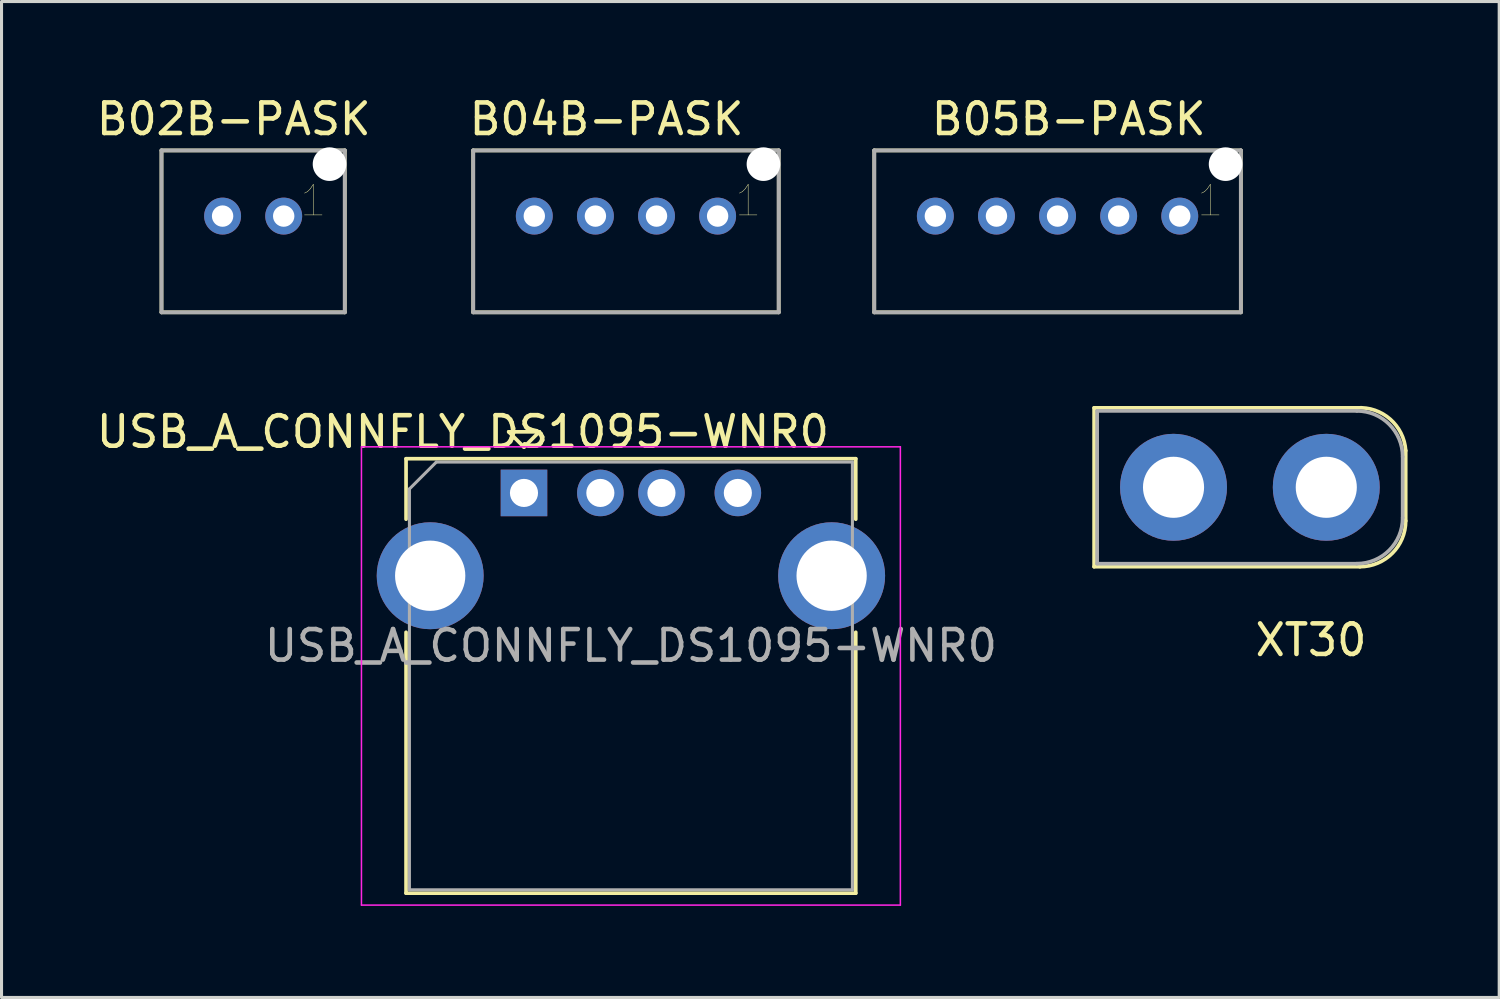
<source format=kicad_pcb>
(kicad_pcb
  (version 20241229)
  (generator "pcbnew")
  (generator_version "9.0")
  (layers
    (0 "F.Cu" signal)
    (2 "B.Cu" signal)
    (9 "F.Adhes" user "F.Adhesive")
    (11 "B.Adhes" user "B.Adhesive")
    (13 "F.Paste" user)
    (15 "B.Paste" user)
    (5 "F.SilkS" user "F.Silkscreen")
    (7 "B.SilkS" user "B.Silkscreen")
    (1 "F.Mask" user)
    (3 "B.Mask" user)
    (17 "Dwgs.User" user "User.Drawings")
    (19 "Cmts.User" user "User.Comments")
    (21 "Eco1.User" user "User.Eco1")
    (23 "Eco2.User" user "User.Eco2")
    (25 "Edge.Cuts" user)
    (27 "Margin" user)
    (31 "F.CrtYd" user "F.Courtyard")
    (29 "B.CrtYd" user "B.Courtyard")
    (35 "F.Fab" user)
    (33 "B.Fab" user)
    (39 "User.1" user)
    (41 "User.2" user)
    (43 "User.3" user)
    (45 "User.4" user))
  (footprint "B02B-PASK"
    (layer "F.Cu")
    (at 5.236 4.023)
    (property "Reference" "B02B-PASK" (at -0.635 -3.175 0) (layer "F.SilkS") (effects (font (size 1 1) (thickness 0.15))))
    (attr through_hole)
    (fp_line (start -3 -2.15) (end 3 -2.15) (stroke (width 0.12) (type solid)) (layer "F.SilkS"))
    (fp_line (start -3 3.15) (end -3 -2.15) (stroke (width 0.12) (type solid)) (layer "F.SilkS"))
    (fp_line (start 3 -2.15) (end 3 3.15) (stroke (width 0.12) (type solid)) (layer "F.SilkS"))
    (fp_line (start 3 3.15) (end -3 3.15) (stroke (width 0.12) (type solid)) (layer "F.SilkS"))
    (fp_line (start -3 3.15) (end -3 -2.15) (stroke (width 0.127) (type solid)) (layer "F.Fab"))
    (fp_line (start -3 3.15) (end 3 3.15) (stroke (width 0.127) (type solid)) (layer "F.Fab"))
    (fp_line (start 3 -2.15) (end -3 -2.15) (stroke (width 0.127) (type solid)) (layer "F.Fab"))
    (fp_line (start 3 -2.15) (end 3 3.15) (stroke (width 0.127) (type solid)) (layer "F.Fab"))
    (fp_text user "1" (at 1.968 -0.5 0) (layer "F.SilkS") (effects (font (size 1 1) (thickness 0.015))))
    (pad "" np_thru_hole circle (at 2.5 -1.7) (size 1.1 1.1) (drill 1.1) (layers "*.Cu" "*.Mask"))
    (pad "1" thru_hole circle (at 1 0) (size 1.208 1.208) (drill 0.7) (layers "*.Cu" "*.Mask" "B.Adhes"))
    (pad "2" thru_hole circle (at -1 0) (size 1.208 1.208) (drill 0.7) (layers "*.Cu" "*.Mask")))
  (footprint "XT30"
    (layer "F.Cu")
    (at 37.862 12.9)
    (property "Reference" "XT30" (at 2 5 0) (layer "F.SilkS") (effects (font (size 1 1) (thickness 0.15))))
    (attr through_hole)
    (fp_line (start -5.1 -2.6) (end -5.1 2.6) (stroke (width 0.12) (type solid)) (layer "F.SilkS"))
    (fp_line (start -5.1 2.6) (end 3.6 2.6) (stroke (width 0.12) (type solid)) (layer "F.SilkS"))
    (fp_line (start 3.5 -2.6) (end -5.1 -2.6) (stroke (width 0.12) (type solid)) (layer "F.SilkS"))
    (fp_line (start 5.1 1.1) (end 5.1 -1.2) (stroke (width 0.12) (type solid)) (layer "F.SilkS"))
    (fp_arc (start 3.5 -2.6) (mid 4.589949 -2.231371) (end 5.1 -1.2) (stroke (width 0.12) (type solid)) (layer "F.SilkS"))
    (fp_arc (start 5.1 1.1) (mid 4.66066 2.16066) (end 3.6 2.6) (stroke (width 0.12) (type solid)) (layer "F.SilkS"))
    (fp_line (start -5 -2.5) (end -5 2.5) (stroke (width 0.12) (type solid)) (layer "F.Fab"))
    (fp_line (start -5 -2.5) (end 3.5 -2.5) (stroke (width 0.12) (type solid)) (layer "F.Fab"))
    (fp_line (start -5 2.5) (end 3.5 2.5) (stroke (width 0.12) (type solid)) (layer "F.Fab"))
    (fp_line (start 5 -1) (end 5 1) (stroke (width 0.12) (type solid)) (layer "F.Fab"))
    (fp_arc (start 3.5 -2.5) (mid 4.56066 -2.06066) (end 5 -1) (stroke (width 0.12) (type solid)) (layer "F.Fab"))
    (fp_arc (start 5 1) (mid 4.56066 2.06066) (end 3.5 2.5) (stroke (width 0.12) (type solid)) (layer "F.Fab"))
    (pad "1" thru_hole circle (at -2.5 0 90) (size 3.5 3.5) (drill 2) (layers "*.Cu" "*.Mask"))
    (pad "2" thru_hole circle (at 2.5 0 90) (size 3.5 3.5) (drill 2) (layers "*.Cu" "*.Mask")))
  (footprint "USB_A_CONNFLY_DS1095-WNR0"
    (layer "F.Cu")
    (at 14.101 13.085)
    (property "Reference" "USB_A_CONNFLY_DS1095-WNR0" (at -2 -2 180) (layer "F.SilkS") (effects (font (size 1 1) (thickness 0.15))))
    (attr through_hole)
    (fp_line (start -3.86 -1.12) (end -3.86 0.86) (stroke (width 0.12) (type solid)) (layer "F.SilkS"))
    (fp_line (start -3.86 -1.12) (end 10.86 -1.12) (stroke (width 0.12) (type solid)) (layer "F.SilkS"))
    (fp_line (start -3.86 4.56) (end -3.86 13.1) (stroke (width 0.12) (type solid)) (layer "F.SilkS"))
    (fp_line (start -3.86 13.1) (end 10.86 13.1) (stroke (width 0.12) (type solid)) (layer "F.SilkS"))
    (fp_line (start -0.5 -2) (end 0 -1.5) (stroke (width 0.12) (type solid)) (layer "F.SilkS"))
    (fp_line (start 0 -1.5) (end 0.5 -2) (stroke (width 0.12) (type solid)) (layer "F.SilkS"))
    (fp_line (start 0.5 -2) (end -0.5 -2) (stroke (width 0.12) (type solid)) (layer "F.SilkS"))
    (fp_line (start 10.86 0.86) (end 10.86 -1.12) (stroke (width 0.12) (type solid)) (layer "F.SilkS"))
    (fp_line (start 10.86 4.56) (end 10.86 13.1) (stroke (width 0.12) (type solid)) (layer "F.SilkS"))
    (fp_line (start -5.32 -1.51) (end -5.32 13.49) (stroke (width 0.05) (type solid)) (layer "F.CrtYd"))
    (fp_line (start -5.32 -1.51) (end 12.32 -1.51) (stroke (width 0.05) (type solid)) (layer "F.CrtYd"))
    (fp_line (start 12.32 -1.51) (end 12.32 13.49) (stroke (width 0.05) (type solid)) (layer "F.CrtYd"))
    (fp_line (start 12.32 13.49) (end -5.32 13.49) (stroke (width 0.05) (type solid)) (layer "F.CrtYd"))
    (fp_line (start -3.75 -0.13) (end -3.75 12.99) (stroke (width 0.1) (type solid)) (layer "F.Fab"))
    (fp_line (start -3.75 12.99) (end 10.75 12.99) (stroke (width 0.1) (type solid)) (layer "F.Fab"))
    (fp_line (start -2.87 -1.01) (end -3.75 -0.13) (stroke (width 0.1) (type solid)) (layer "F.Fab"))
    (fp_line (start -2.87 -1.01) (end 10.75 -1.01) (stroke (width 0.1) (type solid)) (layer "F.Fab"))
    (fp_line (start 10.75 -1.01) (end 10.75 12.99) (stroke (width 0.1) (type solid)) (layer "F.Fab"))
    (fp_text user "${REFERENCE}" (at 3.5 5 180) (layer "F.Fab") (effects (font (size 1 1) (thickness 0.15))))
    (pad "1" thru_hole rect (at 0 0) (size 1.524 1.524) (drill 0.92) (layers "*.Cu" "*.Mask"))
    (pad "2" thru_hole circle (at 2.5 0) (size 1.524 1.524) (drill 0.92) (layers "*.Cu" "*.Mask"))
    (pad "3" thru_hole circle (at 4.5 0) (size 1.524 1.524) (drill 0.92) (layers "*.Cu" "*.Mask"))
    (pad "4" thru_hole circle (at 7 0) (size 1.524 1.524) (drill 0.92) (layers "*.Cu" "*.Mask"))
    (pad "5" thru_hole circle (at -3.07 2.71) (size 3.5 3.5) (drill 2.3) (layers "*.Cu" "*.Mask"))
    (pad "5" thru_hole circle (at 10.07 2.71) (size 3.5 3.5) (drill 2.3) (layers "*.Cu" "*.Mask")))
  (footprint "B04B-PASK"
    (layer "F.Cu")
    (at 17.439 4.023)
    (property "Reference" "B04B-PASK" (at -0.635 -3.175 0) (layer "F.SilkS") (effects (font (size 1 1) (thickness 0.15))))
    (attr through_hole)
    (fp_line (start -5 -2.15) (end -5 3.15) (stroke (width 0.12) (type solid)) (layer "F.SilkS"))
    (fp_line (start -5 3.15) (end 5 3.15) (stroke (width 0.12) (type solid)) (layer "F.SilkS"))
    (fp_line (start 5 -2.15) (end -5 -2.15) (stroke (width 0.12) (type solid)) (layer "F.SilkS"))
    (fp_line (start 5 3.15) (end 5 -2.15) (stroke (width 0.12) (type solid)) (layer "F.SilkS"))
    (fp_line (start -5 3.15) (end -5 -2.15) (stroke (width 0.127) (type solid)) (layer "F.Fab"))
    (fp_line (start -5 3.15) (end 5 3.15) (stroke (width 0.127) (type solid)) (layer "F.Fab"))
    (fp_line (start 5 -2.15) (end -5 -2.15) (stroke (width 0.127) (type solid)) (layer "F.Fab"))
    (fp_line (start 5 -2.15) (end 5 3.15) (stroke (width 0.127) (type solid)) (layer "F.Fab"))
    (fp_text user "1" (at 4 -0.5 0) (layer "F.SilkS") (effects (font (size 1 1) (thickness 0.015))))
    (pad "" np_thru_hole circle (at 4.5 -1.7) (size 1.1 1.1) (drill 1.1) (layers "*.Cu" "*.Mask"))
    (pad "1" thru_hole circle (at 3 0) (size 1.208 1.208) (drill 0.7) (layers "*.Cu" "*.Mask"))
    (pad "2" thru_hole circle (at 1 0) (size 1.208 1.208) (drill 0.7) (layers "*.Cu" "*.Mask"))
    (pad "3" thru_hole circle (at -1 0) (size 1.208 1.208) (drill 0.7) (layers "*.Cu" "*.Mask"))
    (pad "4" thru_hole circle (at -3 0) (size 1.208 1.208) (drill 0.7) (layers "*.Cu" "*.Mask")))
  (footprint "B05B-PASK"
    (layer "F.Cu")
    (at 31.566 4.023)
    (property "Reference" "B05B-PASK" (at 0.365 -3.175 0) (layer "F.SilkS") (effects (font (size 1 1) (thickness 0.15))))
    (attr through_hole)
    (fp_line (start -6 -2.15) (end 6 -2.15) (stroke (width 0.12) (type solid)) (layer "F.SilkS"))
    (fp_line (start -6 3.15) (end -6 -2.15) (stroke (width 0.12) (type solid)) (layer "F.SilkS"))
    (fp_line (start 6 -2.15) (end 6 3.15) (stroke (width 0.12) (type solid)) (layer "F.SilkS"))
    (fp_line (start 6 3.15) (end -6 3.15) (stroke (width 0.12) (type solid)) (layer "F.SilkS"))
    (fp_line (start -6 3.15) (end -6 -2.15) (stroke (width 0.127) (type solid)) (layer "F.Fab"))
    (fp_line (start -6 3.15) (end 6 3.15) (stroke (width 0.127) (type solid)) (layer "F.Fab"))
    (fp_line (start 6 -2.15) (end -6 -2.15) (stroke (width 0.127) (type solid)) (layer "F.Fab"))
    (fp_line (start 6 -2.15) (end 6 3.15) (stroke (width 0.127) (type solid)) (layer "F.Fab"))
    (fp_text user "1" (at 5 -0.5 0) (layer "F.SilkS") (effects (font (size 1 1) (thickness 0.015))))
    (pad "" np_thru_hole circle (at 5.5 -1.7) (size 1.1 1.1) (drill 1.1) (layers "*.Cu" "*.Mask"))
    (pad "1" thru_hole circle (at 4 0) (size 1.208 1.208) (drill 0.7) (layers "*.Cu" "*.Mask"))
    (pad "2" thru_hole circle (at 2 0) (size 1.208 1.208) (drill 0.7) (layers "*.Cu" "*.Mask"))
    (pad "3" thru_hole circle (at 0 0) (size 1.208 1.208) (drill 0.7) (layers "*.Cu" "*.Mask"))
    (pad "4" thru_hole circle (at -2 0) (size 1.208 1.208) (drill 0.7) (layers "*.Cu" "*.Mask"))
    (pad "5" thru_hole circle (at -4 0) (size 1.208 1.208) (drill 0.7) (layers "*.Cu" "*.Mask")))
  (gr_rect
    (start -3 -3)
    (end 46.022 29.6)
    (stroke (width 0.1) (type default))
    (fill no)
    (layer "Edge.Cuts")))
</source>
